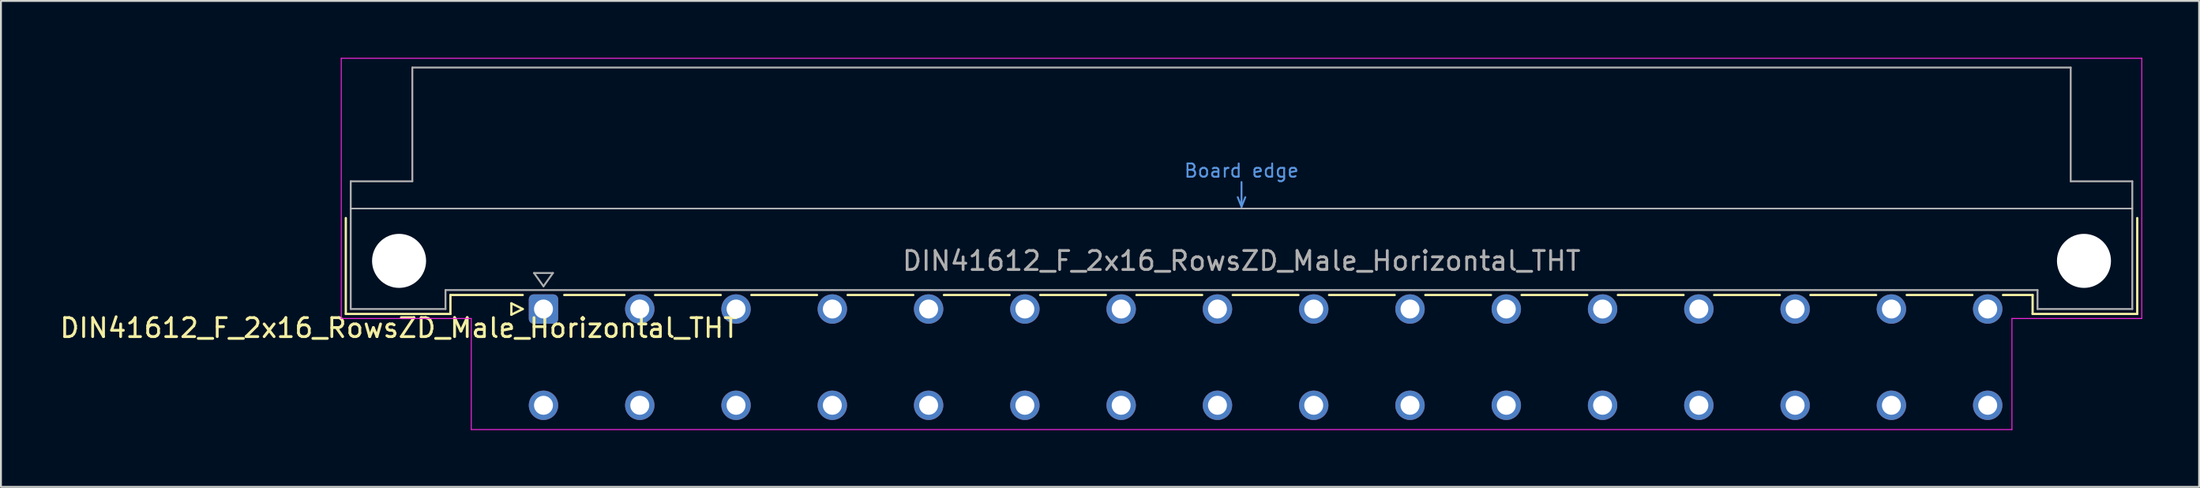
<source format=kicad_pcb>
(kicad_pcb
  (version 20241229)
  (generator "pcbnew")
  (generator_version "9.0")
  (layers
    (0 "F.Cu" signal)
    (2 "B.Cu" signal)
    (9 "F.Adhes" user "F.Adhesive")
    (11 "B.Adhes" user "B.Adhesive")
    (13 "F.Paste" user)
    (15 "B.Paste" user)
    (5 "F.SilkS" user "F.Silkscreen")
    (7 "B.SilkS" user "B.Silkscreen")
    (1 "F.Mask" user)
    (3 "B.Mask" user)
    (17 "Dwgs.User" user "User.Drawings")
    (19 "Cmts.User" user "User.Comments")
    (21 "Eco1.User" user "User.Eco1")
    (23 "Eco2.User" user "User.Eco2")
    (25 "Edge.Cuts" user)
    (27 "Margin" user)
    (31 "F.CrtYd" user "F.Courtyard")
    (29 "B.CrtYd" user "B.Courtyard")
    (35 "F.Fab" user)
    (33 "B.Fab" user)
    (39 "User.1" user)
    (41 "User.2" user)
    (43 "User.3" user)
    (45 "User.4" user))
  (footprint "DIN41612_F_2x16_RowsZD_Male_Horizontal_THT"
    (layer "F.Cu")
    (at 23.086 13.255)
    (property "Reference" "DIN41612_F_2x16_RowsZD_Male_Horizontal_THT" (at -5.08 1 0) (layer "F.SilkS") (effects (font (size 1 1) (thickness 0.15))))
    (attr through_hole)
    (fp_line (start -7.89 -4.8) (end -7.89 0.26) (stroke (width 0.12) (type solid)) (layer "F.SilkS"))
    (fp_line (start -7.89 0.26) (end -2.37 0.26) (stroke (width 0.12) (type solid)) (layer "F.SilkS"))
    (fp_line (start -2.37 -0.74) (end 1.445 -0.74) (stroke (width 0.12) (type solid)) (layer "F.SilkS"))
    (fp_line (start -2.37 0.26) (end -2.37 -0.74) (stroke (width 0.12) (type solid)) (layer "F.SilkS"))
    (fp_line (start 0.845 -0.3) (end 0.845 0.3) (stroke (width 0.12) (type solid)) (layer "F.SilkS"))
    (fp_line (start 0.845 0.3) (end 1.445 0) (stroke (width 0.12) (type solid)) (layer "F.SilkS"))
    (fp_line (start 1.445 0) (end 0.845 -0.3) (stroke (width 0.12) (type solid)) (layer "F.SilkS"))
    (fp_line (start 3.635 -0.74) (end 6.813 -0.74) (stroke (width 0.12) (type solid)) (layer "F.SilkS"))
    (fp_line (start 8.427 -0.74) (end 11.893 -0.74) (stroke (width 0.12) (type solid)) (layer "F.SilkS"))
    (fp_line (start 13.507 -0.74) (end 16.973 -0.74) (stroke (width 0.12) (type solid)) (layer "F.SilkS"))
    (fp_line (start 18.587 -0.74) (end 22.053 -0.74) (stroke (width 0.12) (type solid)) (layer "F.SilkS"))
    (fp_line (start 23.667 -0.74) (end 27.133 -0.74) (stroke (width 0.12) (type solid)) (layer "F.SilkS"))
    (fp_line (start 28.747 -0.74) (end 32.213 -0.74) (stroke (width 0.12) (type solid)) (layer "F.SilkS"))
    (fp_line (start 33.827 -0.74) (end 37.293 -0.74) (stroke (width 0.12) (type solid)) (layer "F.SilkS"))
    (fp_line (start 38.907 -0.74) (end 42.373 -0.74) (stroke (width 0.12) (type solid)) (layer "F.SilkS"))
    (fp_line (start 43.987 -0.74) (end 47.453 -0.74) (stroke (width 0.12) (type solid)) (layer "F.SilkS"))
    (fp_line (start 49.067 -0.74) (end 52.533 -0.74) (stroke (width 0.12) (type solid)) (layer "F.SilkS"))
    (fp_line (start 54.147 -0.74) (end 57.613 -0.74) (stroke (width 0.12) (type solid)) (layer "F.SilkS"))
    (fp_line (start 59.227 -0.74) (end 62.693 -0.74) (stroke (width 0.12) (type solid)) (layer "F.SilkS"))
    (fp_line (start 64.307 -0.74) (end 67.773 -0.74) (stroke (width 0.12) (type solid)) (layer "F.SilkS"))
    (fp_line (start 69.387 -0.74) (end 72.853 -0.74) (stroke (width 0.12) (type solid)) (layer "F.SilkS"))
    (fp_line (start 74.467 -0.74) (end 77.933 -0.74) (stroke (width 0.12) (type solid)) (layer "F.SilkS"))
    (fp_line (start 79.547 -0.74) (end 81.11 -0.74) (stroke (width 0.12) (type solid)) (layer "F.SilkS"))
    (fp_line (start 81.11 0.26) (end 81.11 -0.74) (stroke (width 0.12) (type solid)) (layer "F.SilkS"))
    (fp_line (start 86.63 -4.8) (end 86.63 0.26) (stroke (width 0.12) (type solid)) (layer "F.SilkS"))
    (fp_line (start 86.63 0.26) (end 81.11 0.26) (stroke (width 0.12) (type solid)) (layer "F.SilkS"))
    (fp_line (start -7.63 -5.3) (end 86.37 -5.3) (stroke (width 0.08) (type solid)) (layer "Dwgs.User"))
    (fp_line (start 39.17 -5.9) (end 39.37 -5.4) (stroke (width 0.1) (type solid)) (layer "Cmts.User"))
    (fp_line (start 39.37 -5.4) (end 39.37 -6.7) (stroke (width 0.1) (type solid)) (layer "Cmts.User"))
    (fp_line (start 39.37 -5.4) (end 39.57 -5.9) (stroke (width 0.1) (type solid)) (layer "Cmts.User"))
    (fp_line (start -8.13 -13.23) (end -8.13 0.5) (stroke (width 0.05) (type solid)) (layer "F.CrtYd"))
    (fp_line (start -8.13 0.5) (end -1.27 0.5) (stroke (width 0.05) (type solid)) (layer "F.CrtYd"))
    (fp_line (start -1.27 0.5) (end -1.27 6.36) (stroke (width 0.05) (type solid)) (layer "F.CrtYd"))
    (fp_line (start -1.27 6.36) (end 80.02 6.36) (stroke (width 0.05) (type solid)) (layer "F.CrtYd"))
    (fp_line (start 80.02 0.5) (end 86.87 0.5) (stroke (width 0.05) (type solid)) (layer "F.CrtYd"))
    (fp_line (start 80.02 6.36) (end 80.02 0.5) (stroke (width 0.05) (type solid)) (layer "F.CrtYd"))
    (fp_line (start 86.87 -13.23) (end -8.13 -13.23) (stroke (width 0.05) (type solid)) (layer "F.CrtYd"))
    (fp_line (start 86.87 0.5) (end 86.87 -13.23) (stroke (width 0.05) (type solid)) (layer "F.CrtYd"))
    (fp_line (start -7.63 -6.74) (end -7.63 0) (stroke (width 0.1) (type solid)) (layer "F.Fab"))
    (fp_line (start -7.63 0) (end -2.63 0) (stroke (width 0.1) (type solid)) (layer "F.Fab"))
    (fp_line (start -4.38 -12.74) (end -4.38 -6.74) (stroke (width 0.1) (type solid)) (layer "F.Fab"))
    (fp_line (start -4.38 -6.74) (end -7.63 -6.74) (stroke (width 0.1) (type solid)) (layer "F.Fab"))
    (fp_line (start -2.63 -1) (end 81.37 -1) (stroke (width 0.1) (type solid)) (layer "F.Fab"))
    (fp_line (start -2.63 0) (end -2.63 -1) (stroke (width 0.1) (type solid)) (layer "F.Fab"))
    (fp_line (start 2.04 -1.9) (end 3.04 -1.9) (stroke (width 0.1) (type solid)) (layer "F.Fab"))
    (fp_line (start 2.54 -1.2) (end 2.04 -1.9) (stroke (width 0.1) (type solid)) (layer "F.Fab"))
    (fp_line (start 3.04 -1.9) (end 2.54 -1.2) (stroke (width 0.1) (type solid)) (layer "F.Fab"))
    (fp_line (start 81.37 -1) (end 81.37 0) (stroke (width 0.1) (type solid)) (layer "F.Fab"))
    (fp_line (start 81.37 0) (end 86.37 0) (stroke (width 0.1) (type solid)) (layer "F.Fab"))
    (fp_line (start 83.12 -12.74) (end -4.38 -12.74) (stroke (width 0.1) (type solid)) (layer "F.Fab"))
    (fp_line (start 83.12 -6.74) (end 83.12 -12.74) (stroke (width 0.1) (type solid)) (layer "F.Fab"))
    (fp_line (start 86.37 -6.74) (end 83.12 -6.74) (stroke (width 0.1) (type solid)) (layer "F.Fab"))
    (fp_line (start 86.37 0) (end 86.37 -6.74) (stroke (width 0.1) (type solid)) (layer "F.Fab"))
    (fp_text user "Board edge" (at 39.37 -7.3 0) (layer "Cmts.User") (effects (font (size 0.7 0.7) (thickness 0.1))))
    (fp_text user "${REFERENCE}" (at 39.37 -2.54 0) (layer "F.Fab") (effects (font (size 1 1) (thickness 0.15))))
    (pad "" np_thru_hole circle (at -5.08 -2.54) (size 2.85 2.85) (drill 2.85) (layers "*.Cu" "*.Mask"))
    (pad "" np_thru_hole circle (at 83.82 -2.54) (size 2.85 2.85) (drill 2.85) (layers "*.Cu" "*.Mask"))
    (pad "d2" thru_hole circle (at 2.54 5.08) (size 1.55 1.55) (drill 1) (layers "*.Cu" "*.Mask"))
    (pad "d4" thru_hole circle (at 7.62 5.08) (size 1.55 1.55) (drill 1) (layers "*.Cu" "*.Mask"))
    (pad "d6" thru_hole circle (at 12.7 5.08) (size 1.55 1.55) (drill 1) (layers "*.Cu" "*.Mask"))
    (pad "d8" thru_hole circle (at 17.78 5.08) (size 1.55 1.55) (drill 1) (layers "*.Cu" "*.Mask"))
    (pad "d10" thru_hole circle (at 22.86 5.08) (size 1.55 1.55) (drill 1) (layers "*.Cu" "*.Mask"))
    (pad "d12" thru_hole circle (at 27.94 5.08) (size 1.55 1.55) (drill 1) (layers "*.Cu" "*.Mask"))
    (pad "d14" thru_hole circle (at 33.02 5.08) (size 1.55 1.55) (drill 1) (layers "*.Cu" "*.Mask"))
    (pad "d16" thru_hole circle (at 38.1 5.08) (size 1.55 1.55) (drill 1) (layers "*.Cu" "*.Mask"))
    (pad "d18" thru_hole circle (at 43.18 5.08) (size 1.55 1.55) (drill 1) (layers "*.Cu" "*.Mask"))
    (pad "d20" thru_hole circle (at 48.26 5.08) (size 1.55 1.55) (drill 1) (layers "*.Cu" "*.Mask"))
    (pad "d22" thru_hole circle (at 53.34 5.08) (size 1.55 1.55) (drill 1) (layers "*.Cu" "*.Mask"))
    (pad "d24" thru_hole circle (at 58.42 5.08) (size 1.55 1.55) (drill 1) (layers "*.Cu" "*.Mask"))
    (pad "d26" thru_hole circle (at 63.5 5.08) (size 1.55 1.55) (drill 1) (layers "*.Cu" "*.Mask"))
    (pad "d28" thru_hole circle (at 68.58 5.08) (size 1.55 1.55) (drill 1) (layers "*.Cu" "*.Mask"))
    (pad "d30" thru_hole circle (at 73.66 5.08) (size 1.55 1.55) (drill 1) (layers "*.Cu" "*.Mask"))
    (pad "d32" thru_hole circle (at 78.74 5.08) (size 1.55 1.55) (drill 1) (layers "*.Cu" "*.Mask"))
    (pad "z2" thru_hole roundrect (at 2.54 0) (size 1.55 1.55) (drill 1) (layers "*.Cu" "*.Mask") (roundrect_rratio 0.161))
    (pad "z4" thru_hole circle (at 7.62 0) (size 1.55 1.55) (drill 1) (layers "*.Cu" "*.Mask"))
    (pad "z6" thru_hole circle (at 12.7 0) (size 1.55 1.55) (drill 1) (layers "*.Cu" "*.Mask"))
    (pad "z8" thru_hole circle (at 17.78 0) (size 1.55 1.55) (drill 1) (layers "*.Cu" "*.Mask"))
    (pad "z10" thru_hole circle (at 22.86 0) (size 1.55 1.55) (drill 1) (layers "*.Cu" "*.Mask"))
    (pad "z12" thru_hole circle (at 27.94 0) (size 1.55 1.55) (drill 1) (layers "*.Cu" "*.Mask"))
    (pad "z14" thru_hole circle (at 33.02 0) (size 1.55 1.55) (drill 1) (layers "*.Cu" "*.Mask"))
    (pad "z16" thru_hole circle (at 38.1 0) (size 1.55 1.55) (drill 1) (layers "*.Cu" "*.Mask"))
    (pad "z18" thru_hole circle (at 43.18 0) (size 1.55 1.55) (drill 1) (layers "*.Cu" "*.Mask"))
    (pad "z20" thru_hole circle (at 48.26 0) (size 1.55 1.55) (drill 1) (layers "*.Cu" "*.Mask"))
    (pad "z22" thru_hole circle (at 53.34 0) (size 1.55 1.55) (drill 1) (layers "*.Cu" "*.Mask"))
    (pad "z24" thru_hole circle (at 58.42 0) (size 1.55 1.55) (drill 1) (layers "*.Cu" "*.Mask"))
    (pad "z26" thru_hole circle (at 63.5 0) (size 1.55 1.55) (drill 1) (layers "*.Cu" "*.Mask"))
    (pad "z28" thru_hole circle (at 68.58 0) (size 1.55 1.55) (drill 1) (layers "*.Cu" "*.Mask"))
    (pad "z30" thru_hole circle (at 73.66 0) (size 1.55 1.55) (drill 1) (layers "*.Cu" "*.Mask"))
    (pad "z32" thru_hole circle (at 78.74 0) (size 1.55 1.55) (drill 1) (layers "*.Cu" "*.Mask")))
  (gr_rect
    (start -3 -3)
    (end 112.981 22.64)
    (stroke (width 0.1) (type default))
    (fill no)
    (layer "Edge.Cuts")))
</source>
